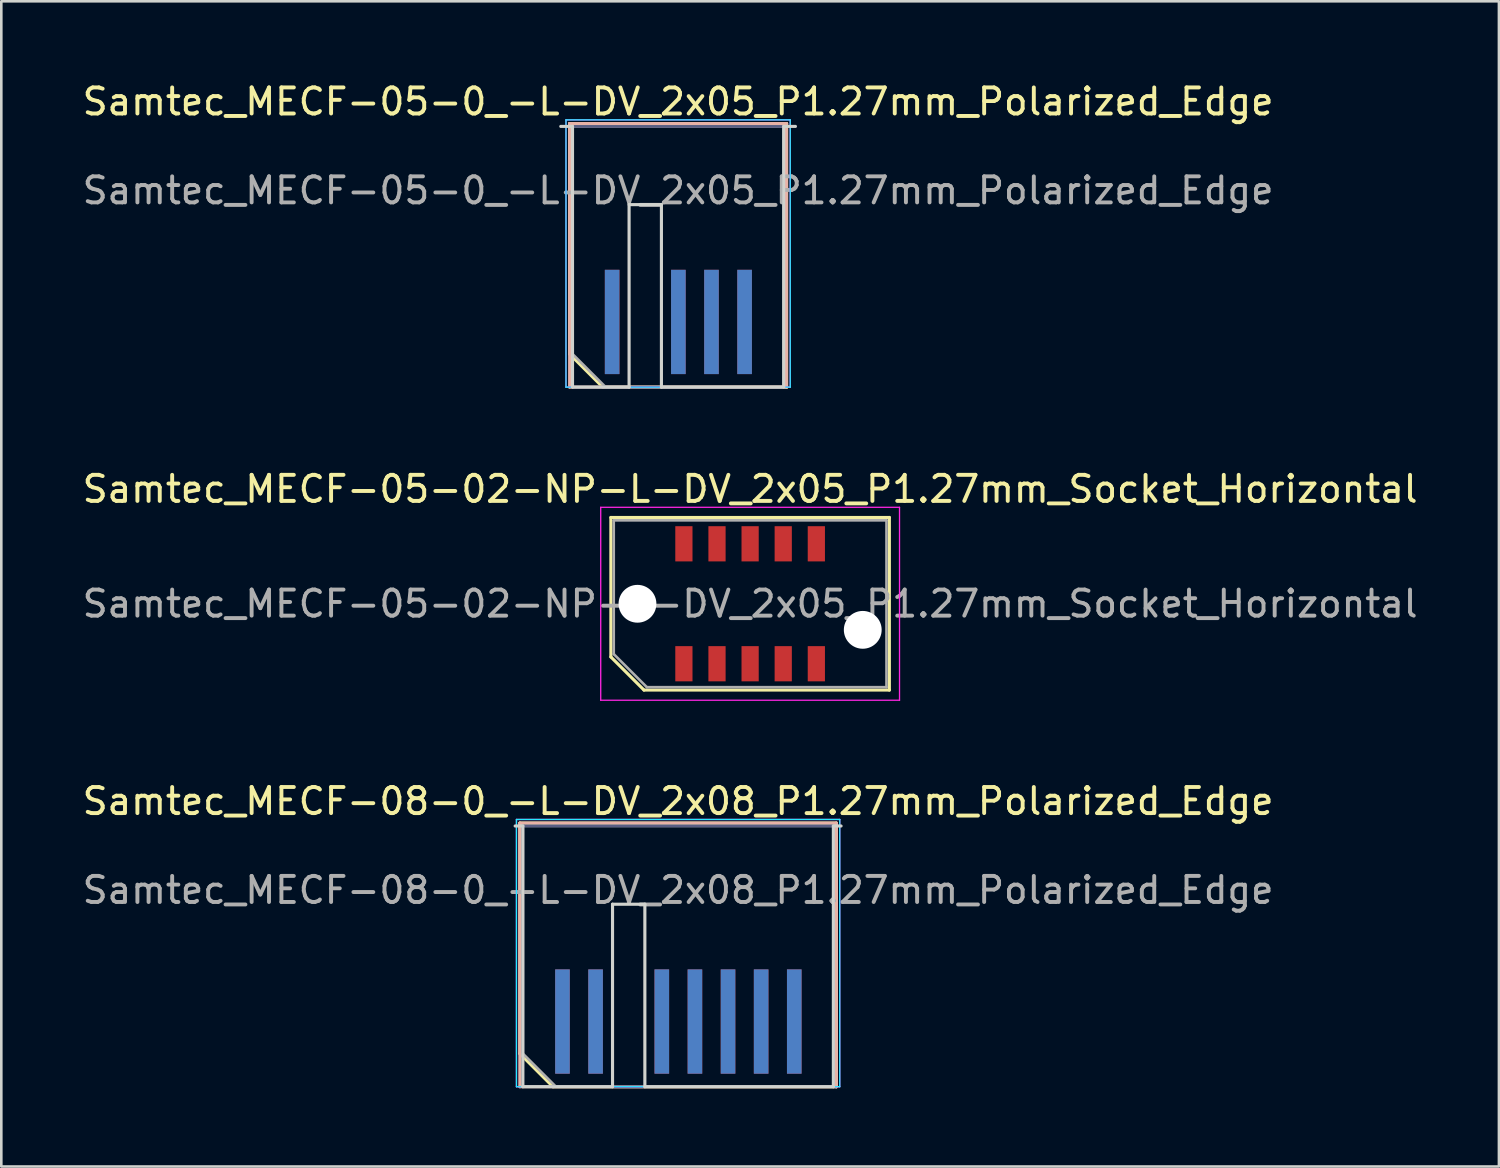
<source format=kicad_pcb>
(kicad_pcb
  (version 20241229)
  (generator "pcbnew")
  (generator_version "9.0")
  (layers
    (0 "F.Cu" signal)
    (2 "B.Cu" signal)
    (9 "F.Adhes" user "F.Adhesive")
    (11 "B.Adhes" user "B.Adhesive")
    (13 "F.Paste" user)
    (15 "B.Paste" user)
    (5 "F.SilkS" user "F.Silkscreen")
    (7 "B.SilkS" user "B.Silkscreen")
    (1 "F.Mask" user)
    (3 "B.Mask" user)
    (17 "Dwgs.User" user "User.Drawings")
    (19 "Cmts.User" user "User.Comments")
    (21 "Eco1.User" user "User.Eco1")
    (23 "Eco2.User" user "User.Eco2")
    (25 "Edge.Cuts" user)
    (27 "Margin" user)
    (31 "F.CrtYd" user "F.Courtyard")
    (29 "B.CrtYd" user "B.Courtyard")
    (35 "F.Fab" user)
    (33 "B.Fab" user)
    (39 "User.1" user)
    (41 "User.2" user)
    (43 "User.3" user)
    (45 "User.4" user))
  (footprint "Samtec_MECF-08-0_-L-DV_2x08_P1.27mm_Polarized_Edge"
    (layer "F.Cu")
    (at 22.958 33.63)
    (property "Reference" "Samtec_MECF-08-0_-L-DV_2x08_P1.27mm_Polarized_Edge" (at 0 -5.95 0) (layer "F.SilkS") (effects (font (size 1 1) (thickness 0.15))))
    (attr exclude_from_pos_files exclude_from_bom)
    (fp_line (start -6.07 -5.11) (end 6.07 -5.11) (stroke (width 0.12) (type solid)) (layer "F.SilkS"))
    (fp_line (start -6.07 3.73) (end -6.07 -5.11) (stroke (width 0.12) (type solid)) (layer "F.SilkS"))
    (fp_line (start -4.8 5) (end -6.07 3.73) (stroke (width 0.12) (type solid)) (layer "F.SilkS"))
    (fp_line (start -4.8 5) (end 6.07 5) (stroke (width 0.12) (type solid)) (layer "F.SilkS"))
    (fp_line (start 6.07 5) (end 6.07 -5.11) (stroke (width 0.12) (type solid)) (layer "F.SilkS"))
    (fp_line (start -6.07 -5.11) (end 6.07 -5.11) (stroke (width 0.12) (type solid)) (layer "B.SilkS"))
    (fp_line (start -6.07 5) (end -6.07 -5.11) (stroke (width 0.12) (type solid)) (layer "B.SilkS"))
    (fp_line (start -6.07 5) (end 6.07 5) (stroke (width 0.12) (type solid)) (layer "B.SilkS"))
    (fp_line (start 6.07 5) (end 6.07 -5.11) (stroke (width 0.12) (type solid)) (layer "B.SilkS"))
    (fp_line (start -6.25 -5) (end -5.955 -5) (stroke (width 0.12) (type solid)) (layer "Edge.Cuts"))
    (fp_line (start -5.955 5) (end -5.955 -5) (stroke (width 0.12) (type solid)) (layer "Edge.Cuts"))
    (fp_line (start -5.955 5) (end -2.515 5) (stroke (width 0.12) (type solid)) (layer "Edge.Cuts"))
    (fp_line (start -2.515 -2) (end -1.275 -2) (stroke (width 0.12) (type solid)) (layer "Edge.Cuts"))
    (fp_line (start -2.515 5) (end -2.515 -2) (stroke (width 0.12) (type solid)) (layer "Edge.Cuts"))
    (fp_line (start -1.275 5) (end -1.275 -2) (stroke (width 0.12) (type solid)) (layer "Edge.Cuts"))
    (fp_line (start -1.275 5) (end 5.955 5) (stroke (width 0.12) (type solid)) (layer "Edge.Cuts"))
    (fp_line (start 5.955 5) (end 5.955 -5) (stroke (width 0.12) (type solid)) (layer "Edge.Cuts"))
    (fp_line (start 6.25 -5) (end 5.955 -5) (stroke (width 0.12) (type solid)) (layer "Edge.Cuts"))
    (fp_line (start -6.2 -5.25) (end -6.2 5) (stroke (width 0.05) (type solid)) (layer "B.CrtYd"))
    (fp_line (start -6.2 5) (end 6.2 5) (stroke (width 0.05) (type solid)) (layer "B.CrtYd"))
    (fp_line (start 6.2 -5.25) (end -6.2 -5.25) (stroke (width 0.05) (type solid)) (layer "B.CrtYd"))
    (fp_line (start 6.2 5) (end 6.2 -5.25) (stroke (width 0.05) (type solid)) (layer "B.CrtYd"))
    (fp_line (start -6.2 -5.25) (end -6.2 5) (stroke (width 0.05) (type solid)) (layer "F.CrtYd"))
    (fp_line (start -6.2 5) (end 6.2 5) (stroke (width 0.05) (type solid)) (layer "F.CrtYd"))
    (fp_line (start 6.2 -5.25) (end -6.2 -5.25) (stroke (width 0.05) (type solid)) (layer "F.CrtYd"))
    (fp_line (start 6.2 5) (end 6.2 -5.25) (stroke (width 0.05) (type solid)) (layer "F.CrtYd"))
    (fp_line (start -5.955 -5) (end 5.955 -5) (stroke (width 0.1) (type solid)) (layer "B.Fab"))
    (fp_line (start -5.955 5) (end -5.955 -5) (stroke (width 0.1) (type solid)) (layer "B.Fab"))
    (fp_line (start -5.955 5) (end 5.955 5) (stroke (width 0.1) (type solid)) (layer "B.Fab"))
    (fp_line (start 5.955 5) (end 5.955 -5) (stroke (width 0.1) (type solid)) (layer "B.Fab"))
    (fp_line (start -5.955 -5) (end 5.955 -5) (stroke (width 0.1) (type solid)) (layer "F.Fab"))
    (fp_line (start -5.955 3.73) (end -5.955 -5) (stroke (width 0.1) (type solid)) (layer "F.Fab"))
    (fp_line (start -5.955 3.73) (end -4.685 5) (stroke (width 0.1) (type solid)) (layer "F.Fab"))
    (fp_line (start -4.685 5) (end 5.955 5) (stroke (width 0.1) (type solid)) (layer "F.Fab"))
    (fp_line (start 5.955 5) (end 5.955 -5) (stroke (width 0.1) (type solid)) (layer "F.Fab"))
    (fp_text user "${REFERENCE}" (at 0 -2.54 0) (layer "F.Fab") (effects (font (size 1 1) (thickness 0.15))))
    (pad "1" connect rect (at -4.435 2.5) (size 0.56 4) (layers "F.Cu" "F.Mask"))
    (pad "2" connect rect (at -4.435 2.5) (size 0.56 4) (layers "B.Cu" "B.Mask"))
    (pad "3" connect rect (at -3.165 2.5) (size 0.56 4) (layers "F.Cu" "F.Mask"))
    (pad "4" connect rect (at -3.165 2.5) (size 0.56 4) (layers "B.Cu" "B.Mask"))
    (pad "7" connect rect (at -0.625 2.5) (size 0.56 4) (layers "F.Cu" "F.Mask"))
    (pad "8" connect rect (at -0.625 2.5) (size 0.56 4) (layers "B.Cu" "B.Mask"))
    (pad "9" connect rect (at 0.645 2.5) (size 0.56 4) (layers "F.Cu" "F.Mask"))
    (pad "10" connect rect (at 0.645 2.5) (size 0.56 4) (layers "B.Cu" "B.Mask"))
    (pad "11" connect rect (at 1.915 2.5) (size 0.56 4) (layers "F.Cu" "F.Mask"))
    (pad "12" connect rect (at 1.915 2.5) (size 0.56 4) (layers "B.Cu" "B.Mask"))
    (pad "13" connect rect (at 3.185 2.5) (size 0.56 4) (layers "F.Cu" "F.Mask"))
    (pad "14" connect rect (at 3.185 2.5) (size 0.56 4) (layers "B.Cu" "B.Mask"))
    (pad "15" connect rect (at 4.455 2.5) (size 0.56 4) (layers "F.Cu" "F.Mask"))
    (pad "16" connect rect (at 4.455 2.5) (size 0.56 4) (layers "B.Cu" "B.Mask")))
  (footprint "Samtec_MECF-05-02-NP-L-DV_2x05_P1.27mm_Socket_Horizontal"
    (layer "F.Cu")
    (at 25.72 20.107)
    (property "Reference" "Samtec_MECF-05-02-NP-L-DV_2x05_P1.27mm_Socket_Horizontal" (at 0 -4.4 0) (layer "F.SilkS") (effects (font (size 1 1) (thickness 0.15))))
    (attr smd)
    (fp_line (start -5.34 -3.31) (end 5.34 -3.31) (stroke (width 0.12) (type solid)) (layer "F.SilkS"))
    (fp_line (start -5.34 2.04) (end -5.34 -3.31) (stroke (width 0.12) (type solid)) (layer "F.SilkS"))
    (fp_line (start -4.07 3.31) (end -5.34 2.04) (stroke (width 0.12) (type solid)) (layer "F.SilkS"))
    (fp_line (start -4.07 3.31) (end 5.34 3.31) (stroke (width 0.12) (type solid)) (layer "F.SilkS"))
    (fp_line (start 5.34 3.31) (end 5.34 -3.31) (stroke (width 0.12) (type solid)) (layer "F.SilkS"))
    (fp_line (start -5.73 -3.7) (end -5.73 3.7) (stroke (width 0.05) (type solid)) (layer "F.CrtYd"))
    (fp_line (start -5.73 3.7) (end 5.73 3.7) (stroke (width 0.05) (type solid)) (layer "F.CrtYd"))
    (fp_line (start 5.73 -3.7) (end -5.73 -3.7) (stroke (width 0.05) (type solid)) (layer "F.CrtYd"))
    (fp_line (start 5.73 3.7) (end 5.73 -3.7) (stroke (width 0.05) (type solid)) (layer "F.CrtYd"))
    (fp_line (start -5.23 -3.2) (end 5.23 -3.2) (stroke (width 0.1) (type solid)) (layer "F.Fab"))
    (fp_line (start -5.23 1.93) (end -5.23 -3.2) (stroke (width 0.1) (type solid)) (layer "F.Fab"))
    (fp_line (start -5.23 1.93) (end -3.96 3.2) (stroke (width 0.1) (type solid)) (layer "F.Fab"))
    (fp_line (start -3.96 3.2) (end 5.23 3.2) (stroke (width 0.1) (type solid)) (layer "F.Fab"))
    (fp_line (start 5.23 3.2) (end 5.23 -3.2) (stroke (width 0.1) (type solid)) (layer "F.Fab"))
    (fp_text user "${REFERENCE}" (at 0 0 0) (layer "F.Fab") (effects (font (size 1 1) (thickness 0.15))))
    (pad "" np_thru_hole circle (at -4.32 0) (size 1.45 1.45) (drill 1.45) (layers "*.Cu" "*.Mask"))
    (pad "" np_thru_hole circle (at 4.32 1) (size 1.45 1.45) (drill 1.45) (layers "*.Cu" "*.Mask"))
    (pad "1" smd rect (at -2.54 2.3) (size 0.66 1.35) (layers "F.Cu" "F.Mask" "F.Paste"))
    (pad "2" smd rect (at -2.54 -2.3) (size 0.66 1.35) (layers "F.Cu" "F.Mask" "F.Paste"))
    (pad "3" smd rect (at -1.27 2.3) (size 0.66 1.35) (layers "F.Cu" "F.Mask" "F.Paste"))
    (pad "4" smd rect (at -1.27 -2.3) (size 0.66 1.35) (layers "F.Cu" "F.Mask" "F.Paste"))
    (pad "5" smd rect (at 0 2.3) (size 0.66 1.35) (layers "F.Cu" "F.Mask" "F.Paste"))
    (pad "6" smd rect (at 0 -2.3) (size 0.66 1.35) (layers "F.Cu" "F.Mask" "F.Paste"))
    (pad "7" smd rect (at 1.27 2.3) (size 0.66 1.35) (layers "F.Cu" "F.Mask" "F.Paste"))
    (pad "8" smd rect (at 1.27 -2.3) (size 0.66 1.35) (layers "F.Cu" "F.Mask" "F.Paste"))
    (pad "9" smd rect (at 2.54 2.3) (size 0.66 1.35) (layers "F.Cu" "F.Mask" "F.Paste"))
    (pad "10" smd rect (at 2.54 -2.3) (size 0.66 1.35) (layers "F.Cu" "F.Mask" "F.Paste")))
  (footprint "Samtec_MECF-05-0_-L-DV_2x05_P1.27mm_Polarized_Edge"
    (layer "F.Cu")
    (at 22.958 6.798)
    (property "Reference" "Samtec_MECF-05-0_-L-DV_2x05_P1.27mm_Polarized_Edge" (at 0 -5.95 0) (layer "F.SilkS") (effects (font (size 1 1) (thickness 0.15))))
    (attr exclude_from_pos_files exclude_from_bom)
    (fp_line (start -4.16 -5.11) (end 4.16 -5.11) (stroke (width 0.12) (type solid)) (layer "F.SilkS"))
    (fp_line (start -4.16 3.73) (end -4.16 -5.11) (stroke (width 0.12) (type solid)) (layer "F.SilkS"))
    (fp_line (start -2.89 5) (end -4.16 3.73) (stroke (width 0.12) (type solid)) (layer "F.SilkS"))
    (fp_line (start -2.89 5) (end 4.16 5) (stroke (width 0.12) (type solid)) (layer "F.SilkS"))
    (fp_line (start 4.16 5) (end 4.16 -5.11) (stroke (width 0.12) (type solid)) (layer "F.SilkS"))
    (fp_line (start -4.16 -5.11) (end 4.16 -5.11) (stroke (width 0.12) (type solid)) (layer "B.SilkS"))
    (fp_line (start -4.16 5) (end -4.16 -5.11) (stroke (width 0.12) (type solid)) (layer "B.SilkS"))
    (fp_line (start -4.16 5) (end 4.16 5) (stroke (width 0.12) (type solid)) (layer "B.SilkS"))
    (fp_line (start 4.16 5) (end 4.16 -5.11) (stroke (width 0.12) (type solid)) (layer "B.SilkS"))
    (fp_line (start -4.5 -5) (end -4.05 -5) (stroke (width 0.12) (type solid)) (layer "Edge.Cuts"))
    (fp_line (start -4.05 5) (end -4.05 -5) (stroke (width 0.12) (type solid)) (layer "Edge.Cuts"))
    (fp_line (start -4.05 5) (end -1.88 5) (stroke (width 0.12) (type solid)) (layer "Edge.Cuts"))
    (fp_line (start -1.88 -2) (end -0.64 -2) (stroke (width 0.12) (type solid)) (layer "Edge.Cuts"))
    (fp_line (start -1.88 5) (end -1.88 -2) (stroke (width 0.12) (type solid)) (layer "Edge.Cuts"))
    (fp_line (start -0.64 5) (end -0.64 -2) (stroke (width 0.12) (type solid)) (layer "Edge.Cuts"))
    (fp_line (start -0.64 5) (end 4.05 5) (stroke (width 0.12) (type solid)) (layer "Edge.Cuts"))
    (fp_line (start 4.05 5) (end 4.05 -5) (stroke (width 0.12) (type solid)) (layer "Edge.Cuts"))
    (fp_line (start 4.5 -5) (end 4.05 -5) (stroke (width 0.12) (type solid)) (layer "Edge.Cuts"))
    (fp_line (start -4.3 -5.25) (end -4.3 5) (stroke (width 0.05) (type solid)) (layer "B.CrtYd"))
    (fp_line (start -4.3 5) (end 4.3 5) (stroke (width 0.05) (type solid)) (layer "B.CrtYd"))
    (fp_line (start 4.3 -5.25) (end -4.3 -5.25) (stroke (width 0.05) (type solid)) (layer "B.CrtYd"))
    (fp_line (start 4.3 5) (end 4.3 -5.25) (stroke (width 0.05) (type solid)) (layer "B.CrtYd"))
    (fp_line (start -4.3 -5.25) (end -4.3 5) (stroke (width 0.05) (type solid)) (layer "F.CrtYd"))
    (fp_line (start -4.3 5) (end 4.3 5) (stroke (width 0.05) (type solid)) (layer "F.CrtYd"))
    (fp_line (start 4.3 -5.25) (end -4.3 -5.25) (stroke (width 0.05) (type solid)) (layer "F.CrtYd"))
    (fp_line (start 4.3 5) (end 4.3 -5.25) (stroke (width 0.05) (type solid)) (layer "F.CrtYd"))
    (fp_line (start -4.05 -5) (end 4.05 -5) (stroke (width 0.1) (type solid)) (layer "B.Fab"))
    (fp_line (start -4.05 5) (end -4.05 -5) (stroke (width 0.1) (type solid)) (layer "B.Fab"))
    (fp_line (start -4.05 5) (end 4.05 5) (stroke (width 0.1) (type solid)) (layer "B.Fab"))
    (fp_line (start 4.05 5) (end 4.05 -5) (stroke (width 0.1) (type solid)) (layer "B.Fab"))
    (fp_line (start -4.05 -5) (end 4.05 -5) (stroke (width 0.1) (type solid)) (layer "F.Fab"))
    (fp_line (start -4.05 3.73) (end -4.05 -5) (stroke (width 0.1) (type solid)) (layer "F.Fab"))
    (fp_line (start -4.05 3.73) (end -2.78 5) (stroke (width 0.1) (type solid)) (layer "F.Fab"))
    (fp_line (start -2.78 5) (end 4.05 5) (stroke (width 0.1) (type solid)) (layer "F.Fab"))
    (fp_line (start 4.05 5) (end 4.05 -5) (stroke (width 0.1) (type solid)) (layer "F.Fab"))
    (fp_text user "${REFERENCE}" (at 0 -2.54 0) (layer "F.Fab") (effects (font (size 1 1) (thickness 0.15))))
    (pad "1" connect rect (at -2.53 2.5) (size 0.56 4) (layers "F.Cu" "F.Mask"))
    (pad "2" connect rect (at -2.53 2.5) (size 0.56 4) (layers "B.Cu" "B.Mask"))
    (pad "5" connect rect (at 0.01 2.5) (size 0.56 4) (layers "F.Cu" "F.Mask"))
    (pad "6" connect rect (at 0.01 2.5) (size 0.56 4) (layers "B.Cu" "B.Mask"))
    (pad "7" connect rect (at 1.28 2.5) (size 0.56 4) (layers "F.Cu" "F.Mask"))
    (pad "8" connect rect (at 1.28 2.5) (size 0.56 4) (layers "B.Cu" "B.Mask"))
    (pad "9" connect rect (at 2.55 2.5) (size 0.56 4) (layers "F.Cu" "F.Mask"))
    (pad "10" connect rect (at 2.55 2.5) (size 0.56 4) (layers "B.Cu" "B.Mask")))
  (gr_rect
    (start -3 -3)
    (end 54.44 41.69)
    (stroke (width 0.1) (type default))
    (fill no)
    (layer "Edge.Cuts")))
</source>
